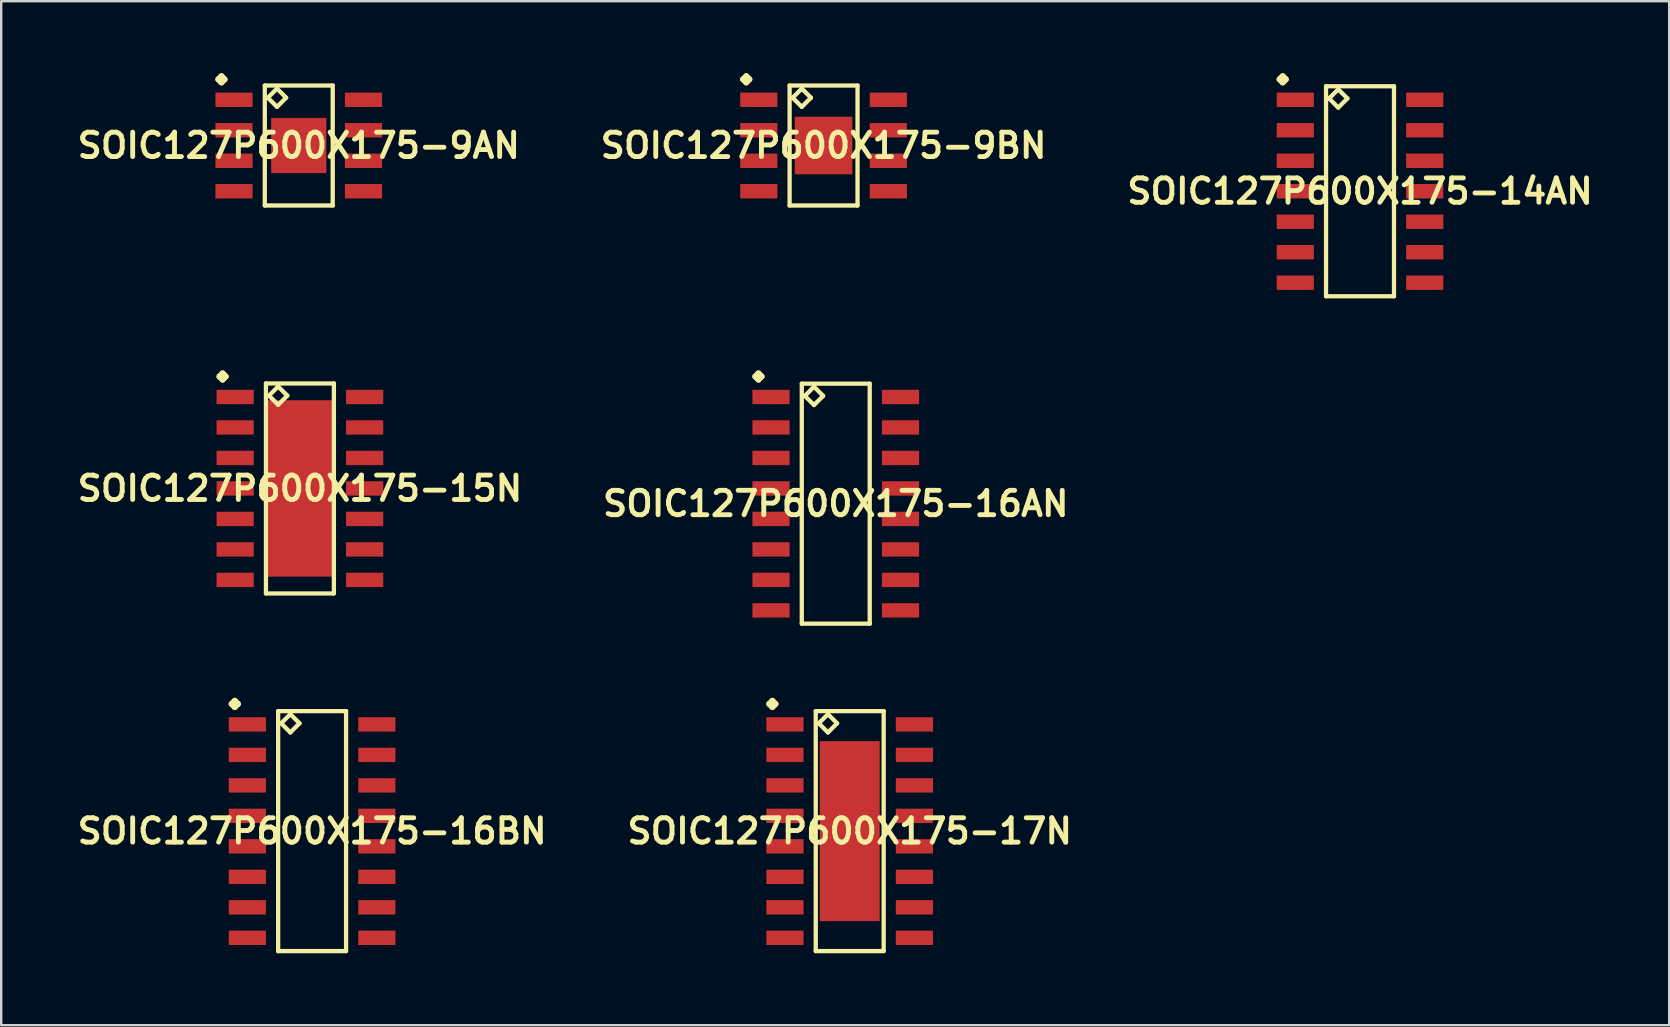
<source format=kicad_pcb>
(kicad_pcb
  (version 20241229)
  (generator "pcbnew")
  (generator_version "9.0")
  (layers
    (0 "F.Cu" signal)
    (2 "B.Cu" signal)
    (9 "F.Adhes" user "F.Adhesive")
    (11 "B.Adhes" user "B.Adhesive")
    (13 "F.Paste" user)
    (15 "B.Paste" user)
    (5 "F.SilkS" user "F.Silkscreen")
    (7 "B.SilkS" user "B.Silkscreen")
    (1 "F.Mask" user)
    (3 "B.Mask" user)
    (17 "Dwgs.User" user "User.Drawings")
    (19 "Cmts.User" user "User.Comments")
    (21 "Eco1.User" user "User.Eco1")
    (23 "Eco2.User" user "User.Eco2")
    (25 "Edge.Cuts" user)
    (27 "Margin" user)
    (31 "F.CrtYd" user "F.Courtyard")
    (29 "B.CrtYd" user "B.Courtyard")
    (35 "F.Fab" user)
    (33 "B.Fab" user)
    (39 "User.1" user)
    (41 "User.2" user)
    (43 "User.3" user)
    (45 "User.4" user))
  (footprint "SOIC127P600X175-15N"
    (layer "F.Cu")
    (at 9.444 17.298)
    (property "Reference" "SOIC127P600X175-15N" (at 0 0 0) (layer "F.SilkS") (effects (font (size 1.016 1.016) (thickness 0.203))))
    (attr smd)
    (fp_line (start -3.348 -4.663) (end -3.221 -4.79) (stroke (width 0.254) (type solid)) (layer "F.SilkS"))
    (fp_line (start -3.221 -4.79) (end -3.094 -4.663) (stroke (width 0.254) (type solid)) (layer "F.SilkS"))
    (fp_line (start -3.221 -4.536) (end -3.348 -4.663) (stroke (width 0.254) (type solid)) (layer "F.SilkS"))
    (fp_line (start -3.094 -4.663) (end -3.221 -4.536) (stroke (width 0.254) (type solid)) (layer "F.SilkS"))
    (fp_line (start -1.415 -4.374) (end -1.415 4.374) (stroke (width 0.178) (type solid)) (layer "F.SilkS"))
    (fp_line (start -1.415 4.374) (end 1.415 4.374) (stroke (width 0.178) (type solid)) (layer "F.SilkS"))
    (fp_line (start -1.288 -3.866) (end -0.907 -4.247) (stroke (width 0.178) (type solid)) (layer "F.SilkS"))
    (fp_line (start -0.907 -4.247) (end -0.526 -3.866) (stroke (width 0.178) (type solid)) (layer "F.SilkS"))
    (fp_line (start -0.907 -3.485) (end -1.288 -3.866) (stroke (width 0.178) (type solid)) (layer "F.SilkS"))
    (fp_line (start -0.526 -3.866) (end -0.907 -3.485) (stroke (width 0.178) (type solid)) (layer "F.SilkS"))
    (fp_line (start 1.415 -4.374) (end -1.415 -4.374) (stroke (width 0.178) (type solid)) (layer "F.SilkS"))
    (fp_line (start 1.415 4.374) (end 1.415 -4.374) (stroke (width 0.178) (type solid)) (layer "F.SilkS"))
    (pad "1" smd rect (at -2.697 -3.81) (size 1.549 0.599) (layers "F.Cu" "F.Mask" "F.Paste"))
    (pad "2" smd rect (at -2.697 -2.54) (size 1.549 0.599) (layers "F.Cu" "F.Mask" "F.Paste"))
    (pad "3" smd rect (at -2.697 -1.27) (size 1.549 0.599) (layers "F.Cu" "F.Mask" "F.Paste"))
    (pad "4" smd rect (at -2.697 0) (size 1.549 0.599) (layers "F.Cu" "F.Mask" "F.Paste"))
    (pad "5" smd rect (at -2.697 1.27) (size 1.549 0.599) (layers "F.Cu" "F.Mask" "F.Paste"))
    (pad "6" smd rect (at -2.697 2.54) (size 1.549 0.599) (layers "F.Cu" "F.Mask" "F.Paste"))
    (pad "7" smd rect (at -2.697 3.81) (size 1.549 0.599) (layers "F.Cu" "F.Mask" "F.Paste"))
    (pad "8" smd rect (at 2.697 3.81) (size 1.549 0.599) (layers "F.Cu" "F.Mask" "F.Paste"))
    (pad "9" smd rect (at 2.697 2.54) (size 1.549 0.599) (layers "F.Cu" "F.Mask" "F.Paste"))
    (pad "10" smd rect (at 2.697 1.27) (size 1.549 0.599) (layers "F.Cu" "F.Mask" "F.Paste"))
    (pad "11" smd rect (at 2.697 0) (size 1.549 0.599) (layers "F.Cu" "F.Mask" "F.Paste"))
    (pad "12" smd rect (at 2.697 -1.27) (size 1.549 0.599) (layers "F.Cu" "F.Mask" "F.Paste"))
    (pad "13" smd rect (at 2.697 -2.54) (size 1.549 0.599) (layers "F.Cu" "F.Mask" "F.Paste"))
    (pad "14" smd rect (at 2.697 -3.81) (size 1.549 0.599) (layers "F.Cu" "F.Mask" "F.Paste"))
    (pad "15" smd rect (at 0 0) (size 2.748 7.348) (layers "F.Cu" "F.Mask" "F.Paste")))
  (footprint "SOIC127P600X175-17N"
    (layer "F.Cu")
    (at 32.348 31.573)
    (property "Reference" "SOIC127P600X175-17N" (at 0 0 0) (layer "F.SilkS") (effects (font (size 1.016 1.016) (thickness 0.203))))
    (attr smd)
    (fp_line (start -3.348 -5.298) (end -3.221 -5.425) (stroke (width 0.254) (type solid)) (layer "F.SilkS"))
    (fp_line (start -3.221 -5.425) (end -3.094 -5.298) (stroke (width 0.254) (type solid)) (layer "F.SilkS"))
    (fp_line (start -3.221 -5.171) (end -3.348 -5.298) (stroke (width 0.254) (type solid)) (layer "F.SilkS"))
    (fp_line (start -3.094 -5.298) (end -3.221 -5.171) (stroke (width 0.254) (type solid)) (layer "F.SilkS"))
    (fp_line (start -1.415 -4.999) (end -1.415 4.999) (stroke (width 0.178) (type solid)) (layer "F.SilkS"))
    (fp_line (start -1.415 4.999) (end 1.415 4.999) (stroke (width 0.178) (type solid)) (layer "F.SilkS"))
    (fp_line (start -1.288 -4.491) (end -0.907 -4.872) (stroke (width 0.178) (type solid)) (layer "F.SilkS"))
    (fp_line (start -0.907 -4.872) (end -0.526 -4.491) (stroke (width 0.178) (type solid)) (layer "F.SilkS"))
    (fp_line (start -0.907 -4.11) (end -1.288 -4.491) (stroke (width 0.178) (type solid)) (layer "F.SilkS"))
    (fp_line (start -0.526 -4.491) (end -0.907 -4.11) (stroke (width 0.178) (type solid)) (layer "F.SilkS"))
    (fp_line (start 1.415 -4.999) (end -1.415 -4.999) (stroke (width 0.178) (type solid)) (layer "F.SilkS"))
    (fp_line (start 1.415 4.999) (end 1.415 -4.999) (stroke (width 0.178) (type solid)) (layer "F.SilkS"))
    (pad "1" smd rect (at -2.697 -4.445) (size 1.549 0.599) (layers "F.Cu" "F.Mask" "F.Paste"))
    (pad "2" smd rect (at -2.697 -3.175) (size 1.549 0.599) (layers "F.Cu" "F.Mask" "F.Paste"))
    (pad "3" smd rect (at -2.697 -1.905) (size 1.549 0.599) (layers "F.Cu" "F.Mask" "F.Paste"))
    (pad "4" smd rect (at -2.697 -0.635) (size 1.549 0.599) (layers "F.Cu" "F.Mask" "F.Paste"))
    (pad "5" smd rect (at -2.697 0.635) (size 1.549 0.599) (layers "F.Cu" "F.Mask" "F.Paste"))
    (pad "6" smd rect (at -2.697 1.905) (size 1.549 0.599) (layers "F.Cu" "F.Mask" "F.Paste"))
    (pad "7" smd rect (at -2.697 3.175) (size 1.549 0.599) (layers "F.Cu" "F.Mask" "F.Paste"))
    (pad "8" smd rect (at -2.697 4.445) (size 1.549 0.599) (layers "F.Cu" "F.Mask" "F.Paste"))
    (pad "9" smd rect (at 2.697 4.445) (size 1.549 0.599) (layers "F.Cu" "F.Mask" "F.Paste"))
    (pad "10" smd rect (at 2.697 3.175) (size 1.549 0.599) (layers "F.Cu" "F.Mask" "F.Paste"))
    (pad "11" smd rect (at 2.697 1.905) (size 1.549 0.599) (layers "F.Cu" "F.Mask" "F.Paste"))
    (pad "12" smd rect (at 2.697 0.635) (size 1.549 0.599) (layers "F.Cu" "F.Mask" "F.Paste"))
    (pad "13" smd rect (at 2.697 -0.635) (size 1.549 0.599) (layers "F.Cu" "F.Mask" "F.Paste"))
    (pad "14" smd rect (at 2.697 -1.905) (size 1.549 0.599) (layers "F.Cu" "F.Mask" "F.Paste"))
    (pad "15" smd rect (at 2.697 -3.175) (size 1.549 0.599) (layers "F.Cu" "F.Mask" "F.Paste"))
    (pad "16" smd rect (at 2.697 -4.445) (size 1.549 0.599) (layers "F.Cu" "F.Mask" "F.Paste"))
    (pad "17" smd rect (at 0 0) (size 2.499 7.498) (layers "F.Cu" "F.Mask" "F.Paste")))
  (footprint "SOIC127P600X175-16BN"
    (layer "F.Cu")
    (at 9.952 31.573)
    (property "Reference" "SOIC127P600X175-16BN" (at 0 0 0) (layer "F.SilkS") (effects (font (size 1.016 1.016) (thickness 0.203))))
    (attr smd)
    (fp_line (start -3.348 -5.298) (end -3.221 -5.425) (stroke (width 0.254) (type solid)) (layer "F.SilkS"))
    (fp_line (start -3.221 -5.425) (end -3.094 -5.298) (stroke (width 0.254) (type solid)) (layer "F.SilkS"))
    (fp_line (start -3.221 -5.171) (end -3.348 -5.298) (stroke (width 0.254) (type solid)) (layer "F.SilkS"))
    (fp_line (start -3.094 -5.298) (end -3.221 -5.171) (stroke (width 0.254) (type solid)) (layer "F.SilkS"))
    (fp_line (start -1.415 -4.999) (end -1.415 4.999) (stroke (width 0.178) (type solid)) (layer "F.SilkS"))
    (fp_line (start -1.415 4.999) (end 1.415 4.999) (stroke (width 0.178) (type solid)) (layer "F.SilkS"))
    (fp_line (start -1.288 -4.491) (end -0.907 -4.872) (stroke (width 0.178) (type solid)) (layer "F.SilkS"))
    (fp_line (start -0.907 -4.872) (end -0.526 -4.491) (stroke (width 0.178) (type solid)) (layer "F.SilkS"))
    (fp_line (start -0.907 -4.11) (end -1.288 -4.491) (stroke (width 0.178) (type solid)) (layer "F.SilkS"))
    (fp_line (start -0.526 -4.491) (end -0.907 -4.11) (stroke (width 0.178) (type solid)) (layer "F.SilkS"))
    (fp_line (start 1.415 -4.999) (end -1.415 -4.999) (stroke (width 0.178) (type solid)) (layer "F.SilkS"))
    (fp_line (start 1.415 4.999) (end 1.415 -4.999) (stroke (width 0.178) (type solid)) (layer "F.SilkS"))
    (pad "1" smd rect (at -2.697 -4.445) (size 1.549 0.599) (layers "F.Cu" "F.Mask" "F.Paste"))
    (pad "2" smd rect (at -2.697 -3.175) (size 1.549 0.599) (layers "F.Cu" "F.Mask" "F.Paste"))
    (pad "3" smd rect (at -2.697 -1.905) (size 1.549 0.599) (layers "F.Cu" "F.Mask" "F.Paste"))
    (pad "4" smd rect (at -2.697 -0.635) (size 1.549 0.599) (layers "F.Cu" "F.Mask" "F.Paste"))
    (pad "5" smd rect (at -2.697 0.635) (size 1.549 0.599) (layers "F.Cu" "F.Mask" "F.Paste"))
    (pad "6" smd rect (at -2.697 1.905) (size 1.549 0.599) (layers "F.Cu" "F.Mask" "F.Paste"))
    (pad "7" smd rect (at -2.697 3.175) (size 1.549 0.599) (layers "F.Cu" "F.Mask" "F.Paste"))
    (pad "8" smd rect (at -2.697 4.445) (size 1.549 0.599) (layers "F.Cu" "F.Mask" "F.Paste"))
    (pad "9" smd rect (at 2.697 4.445) (size 1.549 0.599) (layers "F.Cu" "F.Mask" "F.Paste"))
    (pad "10" smd rect (at 2.697 3.175) (size 1.549 0.599) (layers "F.Cu" "F.Mask" "F.Paste"))
    (pad "11" smd rect (at 2.697 1.905) (size 1.549 0.599) (layers "F.Cu" "F.Mask" "F.Paste"))
    (pad "12" smd rect (at 2.697 0.635) (size 1.549 0.599) (layers "F.Cu" "F.Mask" "F.Paste"))
    (pad "13" smd rect (at 2.697 -0.635) (size 1.549 0.599) (layers "F.Cu" "F.Mask" "F.Paste"))
    (pad "14" smd rect (at 2.697 -1.905) (size 1.549 0.599) (layers "F.Cu" "F.Mask" "F.Paste"))
    (pad "15" smd rect (at 2.697 -3.175) (size 1.549 0.599) (layers "F.Cu" "F.Mask" "F.Paste"))
    (pad "16" smd rect (at 2.697 -4.445) (size 1.549 0.599) (layers "F.Cu" "F.Mask" "F.Paste")))
  (footprint "SOIC127P600X175-16AN"
    (layer "F.Cu")
    (at 31.767 17.933)
    (property "Reference" "SOIC127P600X175-16AN" (at 0 0 0) (layer "F.SilkS") (effects (font (size 1.016 1.016) (thickness 0.203))))
    (attr smd)
    (fp_line (start -3.348 -5.298) (end -3.221 -5.425) (stroke (width 0.254) (type solid)) (layer "F.SilkS"))
    (fp_line (start -3.221 -5.425) (end -3.094 -5.298) (stroke (width 0.254) (type solid)) (layer "F.SilkS"))
    (fp_line (start -3.221 -5.171) (end -3.348 -5.298) (stroke (width 0.254) (type solid)) (layer "F.SilkS"))
    (fp_line (start -3.094 -5.298) (end -3.221 -5.171) (stroke (width 0.254) (type solid)) (layer "F.SilkS"))
    (fp_line (start -1.415 -4.999) (end -1.415 4.999) (stroke (width 0.178) (type solid)) (layer "F.SilkS"))
    (fp_line (start -1.415 4.999) (end 1.415 4.999) (stroke (width 0.178) (type solid)) (layer "F.SilkS"))
    (fp_line (start -1.288 -4.491) (end -0.907 -4.872) (stroke (width 0.178) (type solid)) (layer "F.SilkS"))
    (fp_line (start -0.907 -4.872) (end -0.526 -4.491) (stroke (width 0.178) (type solid)) (layer "F.SilkS"))
    (fp_line (start -0.907 -4.11) (end -1.288 -4.491) (stroke (width 0.178) (type solid)) (layer "F.SilkS"))
    (fp_line (start -0.526 -4.491) (end -0.907 -4.11) (stroke (width 0.178) (type solid)) (layer "F.SilkS"))
    (fp_line (start 1.415 -4.999) (end -1.415 -4.999) (stroke (width 0.178) (type solid)) (layer "F.SilkS"))
    (fp_line (start 1.415 4.999) (end 1.415 -4.999) (stroke (width 0.178) (type solid)) (layer "F.SilkS"))
    (pad "1" smd rect (at -2.697 -4.445) (size 1.549 0.599) (layers "F.Cu" "F.Mask" "F.Paste"))
    (pad "2" smd rect (at -2.697 -3.175) (size 1.549 0.599) (layers "F.Cu" "F.Mask" "F.Paste"))
    (pad "3" smd rect (at -2.697 -1.905) (size 1.549 0.599) (layers "F.Cu" "F.Mask" "F.Paste"))
    (pad "4" smd rect (at -2.697 -0.635) (size 1.549 0.599) (layers "F.Cu" "F.Mask" "F.Paste"))
    (pad "5" smd rect (at -2.697 0.635) (size 1.549 0.599) (layers "F.Cu" "F.Mask" "F.Paste"))
    (pad "6" smd rect (at -2.697 1.905) (size 1.549 0.599) (layers "F.Cu" "F.Mask" "F.Paste"))
    (pad "7" smd rect (at -2.697 3.175) (size 1.549 0.599) (layers "F.Cu" "F.Mask" "F.Paste"))
    (pad "8" smd rect (at -2.697 4.445) (size 1.549 0.599) (layers "F.Cu" "F.Mask" "F.Paste"))
    (pad "9" smd rect (at 2.697 4.445) (size 1.549 0.599) (layers "F.Cu" "F.Mask" "F.Paste"))
    (pad "10" smd rect (at 2.697 3.175) (size 1.549 0.599) (layers "F.Cu" "F.Mask" "F.Paste"))
    (pad "11" smd rect (at 2.697 1.905) (size 1.549 0.599) (layers "F.Cu" "F.Mask" "F.Paste"))
    (pad "12" smd rect (at 2.697 0.635) (size 1.549 0.599) (layers "F.Cu" "F.Mask" "F.Paste"))
    (pad "13" smd rect (at 2.697 -0.635) (size 1.549 0.599) (layers "F.Cu" "F.Mask" "F.Paste"))
    (pad "14" smd rect (at 2.697 -1.905) (size 1.549 0.599) (layers "F.Cu" "F.Mask" "F.Paste"))
    (pad "15" smd rect (at 2.697 -3.175) (size 1.549 0.599) (layers "F.Cu" "F.Mask" "F.Paste"))
    (pad "16" smd rect (at 2.697 -4.445) (size 1.549 0.599) (layers "F.Cu" "F.Mask" "F.Paste")))
  (footprint "SOIC127P600X175-9BN"
    (layer "F.Cu")
    (at 31.259 3.012)
    (property "Reference" "SOIC127P600X175-9BN" (at 0 0 0) (layer "F.SilkS") (effects (font (size 1.016 1.016) (thickness 0.203))))
    (attr smd)
    (fp_line (start -3.348 -2.758) (end -3.221 -2.885) (stroke (width 0.254) (type solid)) (layer "F.SilkS"))
    (fp_line (start -3.221 -2.885) (end -3.094 -2.758) (stroke (width 0.254) (type solid)) (layer "F.SilkS"))
    (fp_line (start -3.221 -2.631) (end -3.348 -2.758) (stroke (width 0.254) (type solid)) (layer "F.SilkS"))
    (fp_line (start -3.094 -2.758) (end -3.221 -2.631) (stroke (width 0.254) (type solid)) (layer "F.SilkS"))
    (fp_line (start -1.415 -2.499) (end -1.415 2.499) (stroke (width 0.178) (type solid)) (layer "F.SilkS"))
    (fp_line (start -1.415 2.499) (end 1.415 2.499) (stroke (width 0.178) (type solid)) (layer "F.SilkS"))
    (fp_line (start -1.288 -1.991) (end -0.907 -2.372) (stroke (width 0.178) (type solid)) (layer "F.SilkS"))
    (fp_line (start -0.907 -2.372) (end -0.526 -1.991) (stroke (width 0.178) (type solid)) (layer "F.SilkS"))
    (fp_line (start -0.907 -1.61) (end -1.288 -1.991) (stroke (width 0.178) (type solid)) (layer "F.SilkS"))
    (fp_line (start -0.526 -1.991) (end -0.907 -1.61) (stroke (width 0.178) (type solid)) (layer "F.SilkS"))
    (fp_line (start 1.415 -2.499) (end -1.415 -2.499) (stroke (width 0.178) (type solid)) (layer "F.SilkS"))
    (fp_line (start 1.415 2.499) (end 1.415 -2.499) (stroke (width 0.178) (type solid)) (layer "F.SilkS"))
    (pad "1" smd rect (at -2.697 -1.905) (size 1.549 0.599) (layers "F.Cu" "F.Mask" "F.Paste"))
    (pad "2" smd rect (at -2.697 -0.635) (size 1.549 0.599) (layers "F.Cu" "F.Mask" "F.Paste"))
    (pad "3" smd rect (at -2.697 0.635) (size 1.549 0.599) (layers "F.Cu" "F.Mask" "F.Paste"))
    (pad "4" smd rect (at -2.697 1.905) (size 1.549 0.599) (layers "F.Cu" "F.Mask" "F.Paste"))
    (pad "5" smd rect (at 2.697 1.905) (size 1.549 0.599) (layers "F.Cu" "F.Mask" "F.Paste"))
    (pad "6" smd rect (at 2.697 0.635) (size 1.549 0.599) (layers "F.Cu" "F.Mask" "F.Paste"))
    (pad "7" smd rect (at 2.697 -0.635) (size 1.549 0.599) (layers "F.Cu" "F.Mask" "F.Paste"))
    (pad "8" smd rect (at 2.697 -1.905) (size 1.549 0.599) (layers "F.Cu" "F.Mask" "F.Paste"))
    (pad "9" smd rect (at 0 0) (size 2.398 2.398) (layers "F.Cu" "F.Mask" "F.Paste")))
  (footprint "SOIC127P600X175-14AN"
    (layer "F.Cu")
    (at 53.607 4.917)
    (property "Reference" "SOIC127P600X175-14AN" (at 0 0 0) (layer "F.SilkS") (effects (font (size 1.016 1.016) (thickness 0.203))))
    (attr smd)
    (fp_line (start -3.348 -4.663) (end -3.221 -4.79) (stroke (width 0.254) (type solid)) (layer "F.SilkS"))
    (fp_line (start -3.221 -4.79) (end -3.094 -4.663) (stroke (width 0.254) (type solid)) (layer "F.SilkS"))
    (fp_line (start -3.221 -4.536) (end -3.348 -4.663) (stroke (width 0.254) (type solid)) (layer "F.SilkS"))
    (fp_line (start -3.094 -4.663) (end -3.221 -4.536) (stroke (width 0.254) (type solid)) (layer "F.SilkS"))
    (fp_line (start -1.415 -4.374) (end -1.415 4.374) (stroke (width 0.178) (type solid)) (layer "F.SilkS"))
    (fp_line (start -1.415 4.374) (end 1.415 4.374) (stroke (width 0.178) (type solid)) (layer "F.SilkS"))
    (fp_line (start -1.288 -3.866) (end -0.907 -4.247) (stroke (width 0.178) (type solid)) (layer "F.SilkS"))
    (fp_line (start -0.907 -4.247) (end -0.526 -3.866) (stroke (width 0.178) (type solid)) (layer "F.SilkS"))
    (fp_line (start -0.907 -3.485) (end -1.288 -3.866) (stroke (width 0.178) (type solid)) (layer "F.SilkS"))
    (fp_line (start -0.526 -3.866) (end -0.907 -3.485) (stroke (width 0.178) (type solid)) (layer "F.SilkS"))
    (fp_line (start 1.415 -4.374) (end -1.415 -4.374) (stroke (width 0.178) (type solid)) (layer "F.SilkS"))
    (fp_line (start 1.415 4.374) (end 1.415 -4.374) (stroke (width 0.178) (type solid)) (layer "F.SilkS"))
    (pad "1" smd rect (at -2.697 -3.81) (size 1.549 0.599) (layers "F.Cu" "F.Mask" "F.Paste"))
    (pad "2" smd rect (at -2.697 -2.54) (size 1.549 0.599) (layers "F.Cu" "F.Mask" "F.Paste"))
    (pad "3" smd rect (at -2.697 -1.27) (size 1.549 0.599) (layers "F.Cu" "F.Mask" "F.Paste"))
    (pad "4" smd rect (at -2.697 0) (size 1.549 0.599) (layers "F.Cu" "F.Mask" "F.Paste"))
    (pad "5" smd rect (at -2.697 1.27) (size 1.549 0.599) (layers "F.Cu" "F.Mask" "F.Paste"))
    (pad "6" smd rect (at -2.697 2.54) (size 1.549 0.599) (layers "F.Cu" "F.Mask" "F.Paste"))
    (pad "7" smd rect (at -2.697 3.81) (size 1.549 0.599) (layers "F.Cu" "F.Mask" "F.Paste"))
    (pad "8" smd rect (at 2.697 3.81) (size 1.549 0.599) (layers "F.Cu" "F.Mask" "F.Paste"))
    (pad "9" smd rect (at 2.697 2.54) (size 1.549 0.599) (layers "F.Cu" "F.Mask" "F.Paste"))
    (pad "10" smd rect (at 2.697 1.27) (size 1.549 0.599) (layers "F.Cu" "F.Mask" "F.Paste"))
    (pad "11" smd rect (at 2.697 0) (size 1.549 0.599) (layers "F.Cu" "F.Mask" "F.Paste"))
    (pad "12" smd rect (at 2.697 -1.27) (size 1.549 0.599) (layers "F.Cu" "F.Mask" "F.Paste"))
    (pad "13" smd rect (at 2.697 -2.54) (size 1.549 0.599) (layers "F.Cu" "F.Mask" "F.Paste"))
    (pad "14" smd rect (at 2.697 -3.81) (size 1.549 0.599) (layers "F.Cu" "F.Mask" "F.Paste")))
  (footprint "SOIC127P600X175-9AN"
    (layer "F.Cu")
    (at 9.396 3.012)
    (property "Reference" "SOIC127P600X175-9AN" (at 0 0 0) (layer "F.SilkS") (effects (font (size 1.016 1.016) (thickness 0.203))))
    (attr smd)
    (fp_line (start -3.348 -2.758) (end -3.221 -2.885) (stroke (width 0.254) (type solid)) (layer "F.SilkS"))
    (fp_line (start -3.221 -2.885) (end -3.094 -2.758) (stroke (width 0.254) (type solid)) (layer "F.SilkS"))
    (fp_line (start -3.221 -2.631) (end -3.348 -2.758) (stroke (width 0.254) (type solid)) (layer "F.SilkS"))
    (fp_line (start -3.094 -2.758) (end -3.221 -2.631) (stroke (width 0.254) (type solid)) (layer "F.SilkS"))
    (fp_line (start -1.415 -2.499) (end -1.415 2.499) (stroke (width 0.178) (type solid)) (layer "F.SilkS"))
    (fp_line (start -1.415 2.499) (end 1.415 2.499) (stroke (width 0.178) (type solid)) (layer "F.SilkS"))
    (fp_line (start -1.288 -1.991) (end -0.907 -2.372) (stroke (width 0.178) (type solid)) (layer "F.SilkS"))
    (fp_line (start -0.907 -2.372) (end -0.526 -1.991) (stroke (width 0.178) (type solid)) (layer "F.SilkS"))
    (fp_line (start -0.907 -1.61) (end -1.288 -1.991) (stroke (width 0.178) (type solid)) (layer "F.SilkS"))
    (fp_line (start -0.526 -1.991) (end -0.907 -1.61) (stroke (width 0.178) (type solid)) (layer "F.SilkS"))
    (fp_line (start 1.415 -2.499) (end -1.415 -2.499) (stroke (width 0.178) (type solid)) (layer "F.SilkS"))
    (fp_line (start 1.415 2.499) (end 1.415 -2.499) (stroke (width 0.178) (type solid)) (layer "F.SilkS"))
    (pad "1" smd rect (at -2.697 -1.905) (size 1.549 0.599) (layers "F.Cu" "F.Mask" "F.Paste"))
    (pad "2" smd rect (at -2.697 -0.635) (size 1.549 0.599) (layers "F.Cu" "F.Mask" "F.Paste"))
    (pad "3" smd rect (at -2.697 0.635) (size 1.549 0.599) (layers "F.Cu" "F.Mask" "F.Paste"))
    (pad "4" smd rect (at -2.697 1.905) (size 1.549 0.599) (layers "F.Cu" "F.Mask" "F.Paste"))
    (pad "5" smd rect (at 2.697 1.905) (size 1.549 0.599) (layers "F.Cu" "F.Mask" "F.Paste"))
    (pad "6" smd rect (at 2.697 0.635) (size 1.549 0.599) (layers "F.Cu" "F.Mask" "F.Paste"))
    (pad "7" smd rect (at 2.697 -0.635) (size 1.549 0.599) (layers "F.Cu" "F.Mask" "F.Paste"))
    (pad "8" smd rect (at 2.697 -1.905) (size 1.549 0.599) (layers "F.Cu" "F.Mask" "F.Paste"))
    (pad "9" smd rect (at 0 0) (size 2.299 2.299) (layers "F.Cu" "F.Mask" "F.Paste")))
  (gr_rect
    (start -3 -3)
    (end 66.486 39.66)
    (stroke (width 0.1) (type default))
    (fill no)
    (layer "Edge.Cuts")))
</source>
